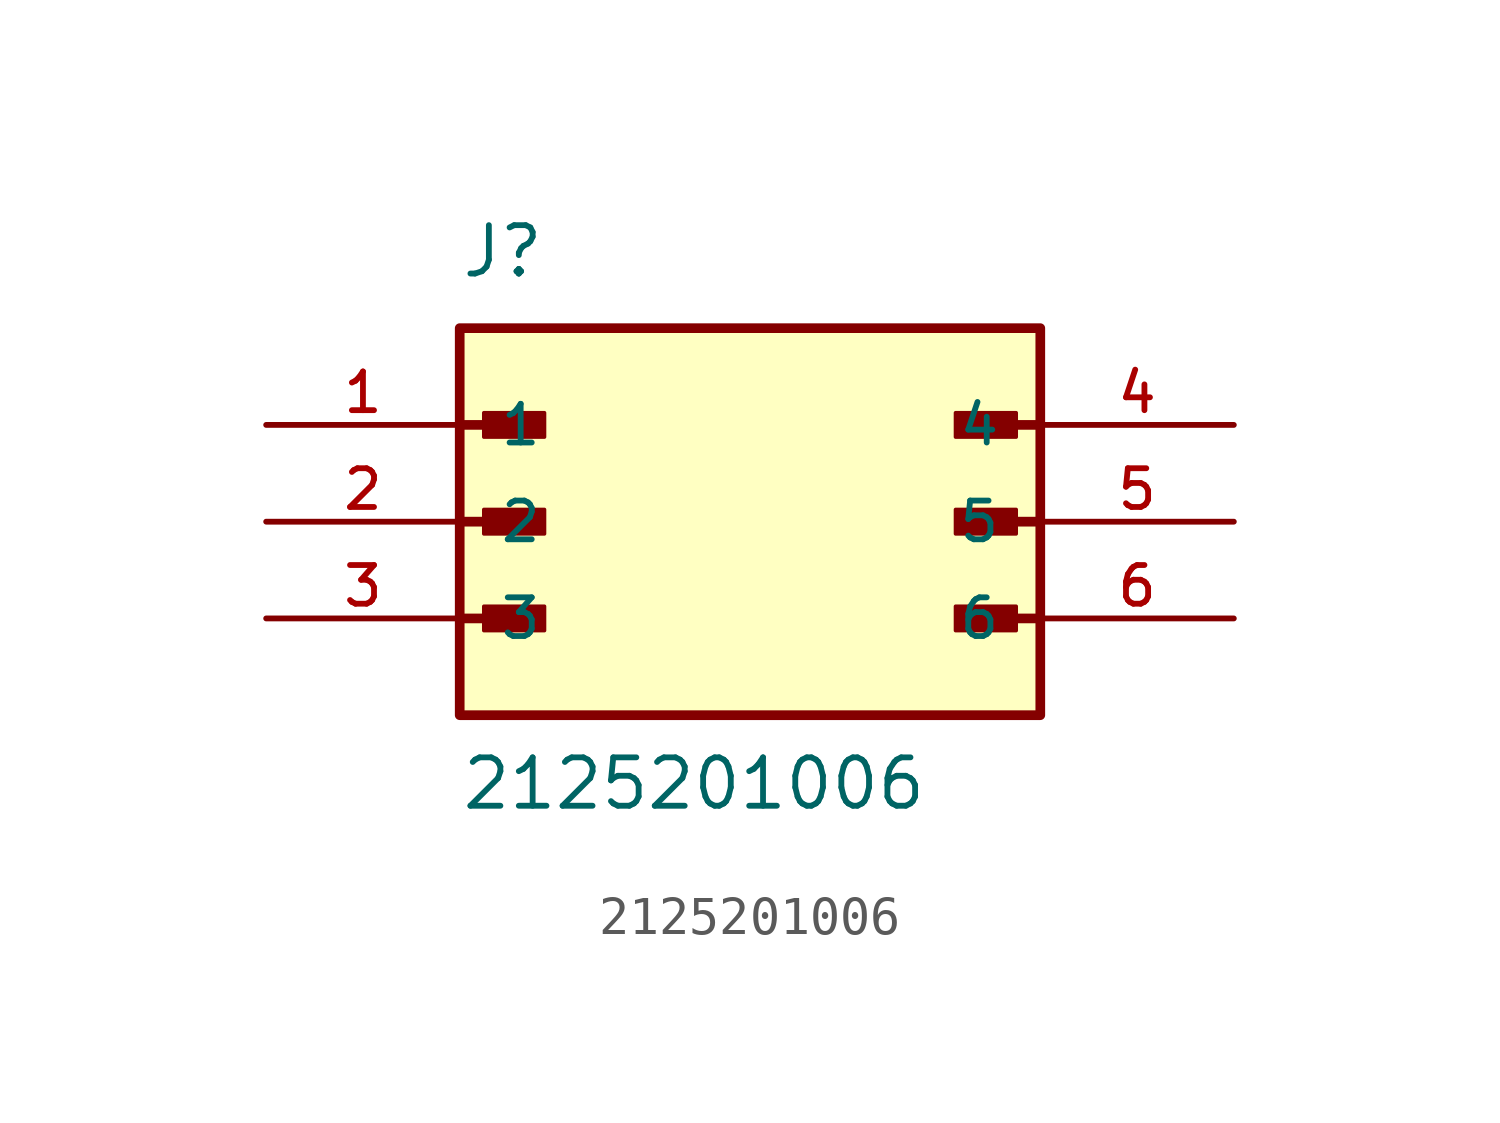
<source format=kicad_sym>
(kicad_symbol_lib
  (version 20211014)
  (generator kicad_symbol_editor)
  (symbol "2125201006"
    (pin_names
      (offset 1.016))
    (property "Reference" "J"
      (at -7.62 6.35 0)
      (effects (font (size 1.27 1.27)) (justify bottom left)))
    (property "Value" "2125201006"
      (at -7.62 -7.62 0)
      (effects (font (size 1.27 1.27)) (justify bottom left)))
    (symbol "2125201006_0_0"
      (polyline (pts (xy -7.62 2.54) (xy -5.715 2.54)) (stroke (width 0.254)))
      (rectangle (start -6.985 2.223) (end -5.397 2.857) (stroke (width 0.1)) (fill (type outline)))
      (polyline (pts (xy -7.62 0.0) (xy -5.715 0.0)) (stroke (width 0.254)))
      (rectangle (start -6.985 -0.318) (end -5.397 0.318) (stroke (width 0.1)) (fill (type outline)))
      (polyline (pts (xy -7.62 -2.54) (xy -5.715 -2.54)) (stroke (width 0.254)))
      (rectangle (start -6.985 -2.857) (end -5.397 -2.223) (stroke (width 0.1)) (fill (type outline)))
      (polyline (pts (xy 7.62 -2.54) (xy 5.715 -2.54)) (stroke (width 0.254)))
      (rectangle (start 5.397 -2.857) (end 6.985 -2.223) (stroke (width 0.1)) (fill (type outline)))
      (polyline (pts (xy 7.62 0.0) (xy 5.715 0.0)) (stroke (width 0.254)))
      (rectangle (start 5.397 -0.318) (end 6.985 0.318) (stroke (width 0.1)) (fill (type outline)))
      (polyline (pts (xy 7.62 2.54) (xy 5.715 2.54)) (stroke (width 0.254)))
      (rectangle (start 5.397 2.223) (end 6.985 2.857) (stroke (width 0.1)) (fill (type outline)))
      (rectangle (start -7.62 -5.08) (end 7.62 5.08) (stroke (width 0.254)) (fill (type background)))
      (pin passive line (at -12.7 2.54 0) (length 5.08) (name "1" (effects (font (size 1.016 1.016)))) (number "1" (effects (font (size 1.016 1.016)))))
      (pin passive line (at -12.7 0.0 0) (length 5.08) (name "2" (effects (font (size 1.016 1.016)))) (number "2" (effects (font (size 1.016 1.016)))))
      (pin passive line (at -12.7 -2.54 0) (length 5.08) (name "3" (effects (font (size 1.016 1.016)))) (number "3" (effects (font (size 1.016 1.016)))))
      (pin passive line (at 12.7 2.54 180.0) (length 5.08) (name "4" (effects (font (size 1.016 1.016)))) (number "4" (effects (font (size 1.016 1.016)))))
      (pin passive line (at 12.7 0.0 180.0) (length 5.08) (name "5" (effects (font (size 1.016 1.016)))) (number "5" (effects (font (size 1.016 1.016)))))
      (pin passive line (at 12.7 -2.54 180.0) (length 5.08) (name "6" (effects (font (size 1.016 1.016)))) (number "6" (effects (font (size 1.016 1.016))))))))
</source>
